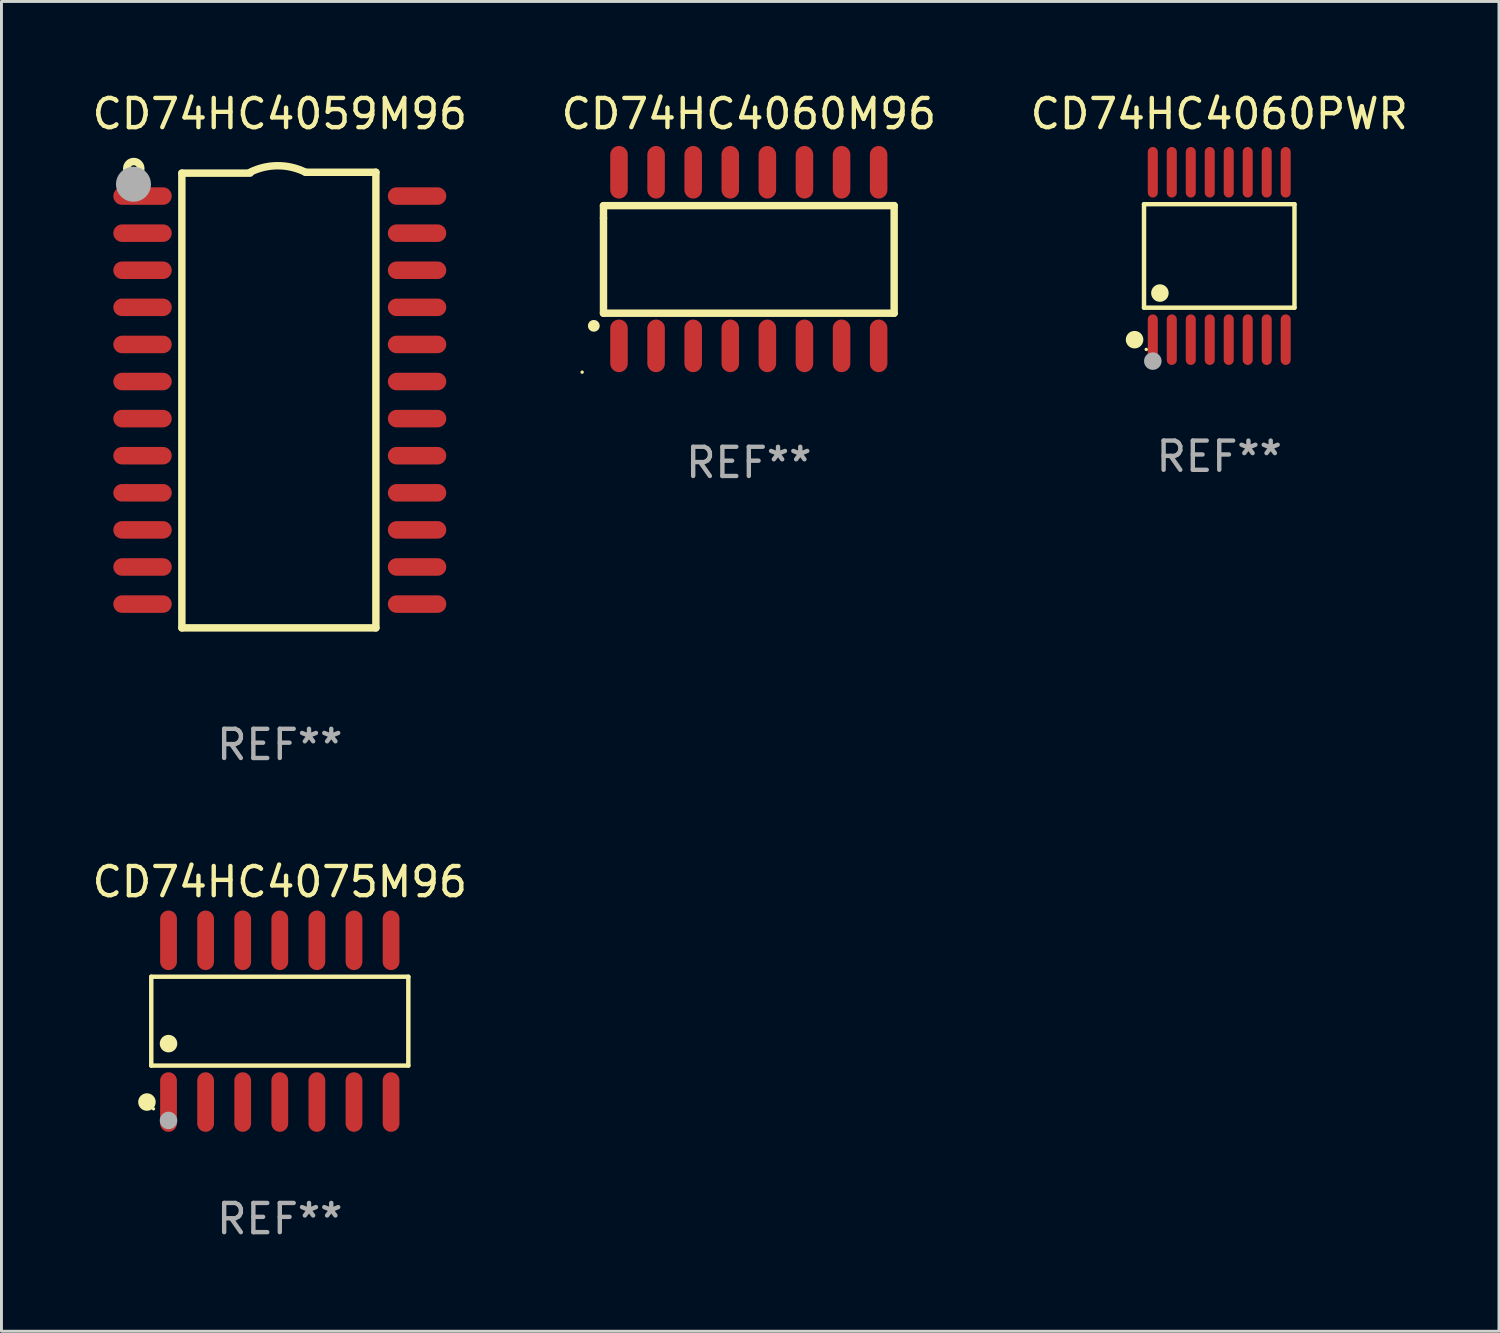
<source format=kicad_pcb>
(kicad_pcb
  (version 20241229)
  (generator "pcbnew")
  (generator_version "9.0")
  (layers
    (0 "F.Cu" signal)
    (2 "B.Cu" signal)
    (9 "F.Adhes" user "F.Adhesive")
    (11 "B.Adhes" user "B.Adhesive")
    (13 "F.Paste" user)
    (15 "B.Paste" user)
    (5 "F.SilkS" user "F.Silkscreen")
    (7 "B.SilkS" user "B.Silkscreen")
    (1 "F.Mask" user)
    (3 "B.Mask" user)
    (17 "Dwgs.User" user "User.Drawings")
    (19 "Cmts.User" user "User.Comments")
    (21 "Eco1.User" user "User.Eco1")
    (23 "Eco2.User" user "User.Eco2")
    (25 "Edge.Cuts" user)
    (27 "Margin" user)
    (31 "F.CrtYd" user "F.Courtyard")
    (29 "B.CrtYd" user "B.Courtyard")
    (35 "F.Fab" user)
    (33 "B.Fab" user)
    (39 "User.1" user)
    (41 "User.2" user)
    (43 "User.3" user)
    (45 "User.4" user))
  (footprint "CD74HC4059M96"
    (layer "F.Cu")
    (at 6.53 10.648)
    (property "Reference" "CD74HC4059M96" (at 0 -9.8 0) (layer "F.SilkS") (effects (font (size 1 1) (thickness 0.15))))
    (attr through_hole)
    (fp_line (start -3.353 -7.77) (end -1.016 -7.77) (stroke (width 0.254) (type solid)) (layer "F.SilkS"))
    (fp_line (start -3.353 7.8) (end -3.353 -7.77) (stroke (width 0.254) (type solid)) (layer "F.SilkS"))
    (fp_line (start 0.881 -7.8) (end 3.29 -7.8) (stroke (width 0.254) (type solid)) (layer "F.SilkS"))
    (fp_line (start 3.29 -7.8) (end 3.29 7.8) (stroke (width 0.254) (type solid)) (layer "F.SilkS"))
    (fp_line (start 3.29 7.8) (end -3.353 7.8) (stroke (width 0.254) (type solid)) (layer "F.SilkS"))
    (fp_arc (start -1.015951 -7.800025) (mid -0.067691 -8.023879) (end 0.880569 -7.800025) (stroke (width 0.254001) (type solid)) (layer "F.SilkS"))
    (fp_circle (center -5 -7.927) (end -4.886 -7.927) (stroke (width 0.254) (type solid)) (fill no) (layer "F.SilkS"))
    (fp_circle (center -5.01 -7.39) (end -4.71 -7.39) (stroke (width 0.6) (type solid)) (fill no) (layer "F.Fab"))
    (fp_text user "REF**" (at 0 11.8 0) (layer "F.Fab") (effects (font (size 1 1) (thickness 0.15))))
    (pad "1" smd oval (at -4.7 -6.985 270) (size 0.6 2) (layers "F.Cu" "F.Mask" "F.Paste"))
    (pad "2" smd oval (at -4.7 -5.715 270) (size 0.6 2) (layers "F.Cu" "F.Mask" "F.Paste"))
    (pad "3" smd oval (at -4.7 -4.445 270) (size 0.6 2) (layers "F.Cu" "F.Mask" "F.Paste"))
    (pad "4" smd oval (at -4.7 -3.175 270) (size 0.6 2) (layers "F.Cu" "F.Mask" "F.Paste"))
    (pad "5" smd oval (at -4.7 -1.905 270) (size 0.6 2) (layers "F.Cu" "F.Mask" "F.Paste"))
    (pad "6" smd oval (at -4.7 -0.635 270) (size 0.6 2) (layers "F.Cu" "F.Mask" "F.Paste"))
    (pad "7" smd oval (at -4.7 0.635 270) (size 0.6 2) (layers "F.Cu" "F.Mask" "F.Paste"))
    (pad "8" smd oval (at -4.7 1.905 270) (size 0.6 2) (layers "F.Cu" "F.Mask" "F.Paste"))
    (pad "9" smd oval (at -4.7 3.175 270) (size 0.6 2) (layers "F.Cu" "F.Mask" "F.Paste"))
    (pad "10" smd oval (at -4.7 4.445 270) (size 0.6 2) (layers "F.Cu" "F.Mask" "F.Paste"))
    (pad "11" smd oval (at -4.7 5.715 270) (size 0.6 2) (layers "F.Cu" "F.Mask" "F.Paste"))
    (pad "12" smd oval (at -4.7 6.985 270) (size 0.6 2) (layers "F.Cu" "F.Mask" "F.Paste"))
    (pad "13" smd oval (at 4.7 6.985 270) (size 0.6 2) (layers "F.Cu" "F.Mask" "F.Paste"))
    (pad "14" smd oval (at 4.7 5.715 270) (size 0.6 2) (layers "F.Cu" "F.Mask" "F.Paste"))
    (pad "15" smd oval (at 4.7 4.445 270) (size 0.6 2) (layers "F.Cu" "F.Mask" "F.Paste"))
    (pad "16" smd oval (at 4.7 3.175 270) (size 0.6 2) (layers "F.Cu" "F.Mask" "F.Paste"))
    (pad "17" smd oval (at 4.7 1.905 270) (size 0.6 2) (layers "F.Cu" "F.Mask" "F.Paste"))
    (pad "18" smd oval (at 4.7 0.635 270) (size 0.6 2) (layers "F.Cu" "F.Mask" "F.Paste"))
    (pad "19" smd oval (at 4.7 -0.635 270) (size 0.6 2) (layers "F.Cu" "F.Mask" "F.Paste"))
    (pad "20" smd oval (at 4.7 -1.905 270) (size 0.6 2) (layers "F.Cu" "F.Mask" "F.Paste"))
    (pad "21" smd oval (at 4.7 -3.175 270) (size 0.6 2) (layers "F.Cu" "F.Mask" "F.Paste"))
    (pad "22" smd oval (at 4.7 -4.445 270) (size 0.6 2) (layers "F.Cu" "F.Mask" "F.Paste"))
    (pad "23" smd oval (at 4.7 -5.715 270) (size 0.6 2) (layers "F.Cu" "F.Mask" "F.Paste"))
    (pad "24" smd oval (at 4.7 -6.985 270) (size 0.6 2) (layers "F.Cu" "F.Mask" "F.Paste")))
  (footprint "CD74HC4060M96"
    (layer "F.Cu")
    (at 22.589 5.82)
    (property "Reference" "CD74HC4060M96" (at 0 -4.972 0) (layer "F.SilkS") (effects (font (size 1 1) (thickness 0.15))))
    (attr through_hole)
    (fp_line (start -4.976 -1.829) (end -4.976 -1.4) (stroke (width 0.254) (type solid)) (layer "F.SilkS"))
    (fp_line (start -4.976 -1.4) (end -4.976 1.854) (stroke (width 0.254) (type solid)) (layer "F.SilkS"))
    (fp_line (start -4.976 1.854) (end 4.976 1.854) (stroke (width 0.254) (type solid)) (layer "F.SilkS"))
    (fp_line (start 4.976 -1.829) (end -4.976 -1.829) (stroke (width 0.254) (type solid)) (layer "F.SilkS"))
    (fp_line (start 4.976 1.854) (end 4.976 -1.829) (stroke (width 0.254) (type solid)) (layer "F.SilkS"))
    (fp_arc (start -5.308611 2.286005) (mid -5.307341 2.286001) (end -5.306071 2.286005) (stroke (width 0.4) (type solid)) (layer "F.SilkS"))
    (fp_circle (center -5.707 3.872) (end -5.677 3.872) (stroke (width 0.06) (type solid)) (fill no) (layer "F.SilkS"))
    (fp_text user "REF**" (at 0 6.972 0) (layer "F.Fab") (effects (font (size 1 1) (thickness 0.15))))
    (pad "1" smd oval (at -4.445 2.972 180) (size 0.6 1.8) (layers "F.Cu" "F.Mask" "F.Paste"))
    (pad "2" smd oval (at -3.175 2.972 180) (size 0.6 1.8) (layers "F.Cu" "F.Mask" "F.Paste"))
    (pad "3" smd oval (at -1.905 2.972 180) (size 0.6 1.8) (layers "F.Cu" "F.Mask" "F.Paste"))
    (pad "4" smd oval (at -0.635 2.972 180) (size 0.6 1.8) (layers "F.Cu" "F.Mask" "F.Paste"))
    (pad "5" smd oval (at 0.635 2.972 180) (size 0.6 1.8) (layers "F.Cu" "F.Mask" "F.Paste"))
    (pad "6" smd oval (at 1.905 2.972 180) (size 0.6 1.8) (layers "F.Cu" "F.Mask" "F.Paste"))
    (pad "7" smd oval (at 3.175 2.972 180) (size 0.6 1.8) (layers "F.Cu" "F.Mask" "F.Paste"))
    (pad "8" smd oval (at 4.445 2.972 180) (size 0.6 1.8) (layers "F.Cu" "F.Mask" "F.Paste"))
    (pad "9" smd oval (at 4.445 -2.972 180) (size 0.6 1.8) (layers "F.Cu" "F.Mask" "F.Paste"))
    (pad "10" smd oval (at 3.175 -2.972 180) (size 0.6 1.8) (layers "F.Cu" "F.Mask" "F.Paste"))
    (pad "11" smd oval (at 1.905 -2.972 180) (size 0.6 1.8) (layers "F.Cu" "F.Mask" "F.Paste"))
    (pad "12" smd oval (at 0.635 -2.972 180) (size 0.6 1.8) (layers "F.Cu" "F.Mask" "F.Paste"))
    (pad "13" smd oval (at -0.635 -2.972 180) (size 0.6 1.8) (layers "F.Cu" "F.Mask" "F.Paste"))
    (pad "14" smd oval (at -1.905 -2.972 180) (size 0.6 1.8) (layers "F.Cu" "F.Mask" "F.Paste"))
    (pad "15" smd oval (at -3.175 -2.972 180) (size 0.6 1.8) (layers "F.Cu" "F.Mask" "F.Paste"))
    (pad "16" smd oval (at -4.445 -2.972 180) (size 0.6 1.8) (layers "F.Cu" "F.Mask" "F.Paste")))
  (footprint "CD74HC4060PWR"
    (layer "F.Cu")
    (at 38.696 5.714)
    (property "Reference" "CD74HC4060PWR" (at 0 -4.866 0) (layer "F.SilkS") (effects (font (size 1 1) (thickness 0.15))))
    (attr through_hole)
    (fp_line (start -2.576 -1.772) (end 2.576 -1.772) (stroke (width 0.152) (type solid)) (layer "F.SilkS"))
    (fp_line (start -2.576 1.771) (end -2.576 -1.772) (stroke (width 0.152) (type solid)) (layer "F.SilkS"))
    (fp_line (start 2.576 -1.772) (end 2.576 1.771) (stroke (width 0.152) (type solid)) (layer "F.SilkS"))
    (fp_line (start 2.576 1.771) (end -2.576 1.771) (stroke (width 0.152) (type solid)) (layer "F.SilkS"))
    (fp_circle (center -2.899 2.866) (end -2.749 2.866) (stroke (width 0.3) (type solid)) (fill no) (layer "F.SilkS"))
    (fp_circle (center -2.5 3.2) (end -2.47 3.2) (stroke (width 0.06) (type solid)) (fill no) (layer "F.SilkS"))
    (fp_circle (center -2.032 1.27) (end -1.882 1.27) (stroke (width 0.3) (type solid)) (fill no) (layer "F.SilkS"))
    (fp_circle (center -2.275 3.6) (end -2.125 3.6) (stroke (width 0.3) (type solid)) (fill no) (layer "F.Fab"))
    (fp_text user "REF**" (at 0 6.866 0) (layer "F.Fab") (effects (font (size 1 1) (thickness 0.15))))
    (pad "1" smd oval (at -2.275 2.866) (size 0.343 1.731) (layers "F.Cu" "F.Mask" "F.Paste"))
    (pad "2" smd oval (at -1.625 2.866) (size 0.343 1.731) (layers "F.Cu" "F.Mask" "F.Paste"))
    (pad "3" smd oval (at -0.975 2.866) (size 0.343 1.731) (layers "F.Cu" "F.Mask" "F.Paste"))
    (pad "4" smd oval (at -0.325 2.866) (size 0.343 1.731) (layers "F.Cu" "F.Mask" "F.Paste"))
    (pad "5" smd oval (at 0.325 2.866) (size 0.343 1.731) (layers "F.Cu" "F.Mask" "F.Paste"))
    (pad "6" smd oval (at 0.975 2.866) (size 0.343 1.731) (layers "F.Cu" "F.Mask" "F.Paste"))
    (pad "7" smd oval (at 1.625 2.866) (size 0.343 1.731) (layers "F.Cu" "F.Mask" "F.Paste"))
    (pad "8" smd oval (at 2.275 2.866) (size 0.343 1.731) (layers "F.Cu" "F.Mask" "F.Paste"))
    (pad "9" smd oval (at 2.275 -2.866) (size 0.343 1.731) (layers "F.Cu" "F.Mask" "F.Paste"))
    (pad "10" smd oval (at 1.625 -2.866) (size 0.343 1.731) (layers "F.Cu" "F.Mask" "F.Paste"))
    (pad "11" smd oval (at 0.975 -2.866) (size 0.343 1.731) (layers "F.Cu" "F.Mask" "F.Paste"))
    (pad "12" smd oval (at 0.325 -2.866) (size 0.343 1.731) (layers "F.Cu" "F.Mask" "F.Paste"))
    (pad "13" smd oval (at -0.325 -2.866) (size 0.343 1.731) (layers "F.Cu" "F.Mask" "F.Paste"))
    (pad "14" smd oval (at -0.975 -2.866) (size 0.343 1.731) (layers "F.Cu" "F.Mask" "F.Paste"))
    (pad "15" smd oval (at -1.625 -2.866) (size 0.343 1.731) (layers "F.Cu" "F.Mask" "F.Paste"))
    (pad "16" smd oval (at -2.275 -2.866) (size 0.343 1.731) (layers "F.Cu" "F.Mask" "F.Paste")))
  (footprint "CD74HC4075M96"
    (layer "F.Cu")
    (at 6.53 31.914)
    (property "Reference" "CD74HC4075M96" (at 0 -4.769 0) (layer "F.SilkS") (effects (font (size 1 1) (thickness 0.15))))
    (attr through_hole)
    (fp_line (start -4.401 -1.521) (end 4.401 -1.521) (stroke (width 0.152) (type solid)) (layer "F.SilkS"))
    (fp_line (start -4.401 1.521) (end -4.401 -1.521) (stroke (width 0.152) (type solid)) (layer "F.SilkS"))
    (fp_line (start 4.401 -1.521) (end 4.401 1.521) (stroke (width 0.152) (type solid)) (layer "F.SilkS"))
    (fp_line (start 4.401 1.521) (end -4.401 1.521) (stroke (width 0.152) (type solid)) (layer "F.SilkS"))
    (fp_circle (center -4.549 2.769) (end -4.399 2.769) (stroke (width 0.3) (type solid)) (fill no) (layer "F.SilkS"))
    (fp_circle (center -4.325 3) (end -4.295 3) (stroke (width 0.06) (type solid)) (fill no) (layer "F.SilkS"))
    (fp_circle (center -3.81 0.769) (end -3.66 0.769) (stroke (width 0.3) (type solid)) (fill no) (layer "F.SilkS"))
    (fp_circle (center -3.81 3.4) (end -3.66 3.4) (stroke (width 0.3) (type solid)) (fill no) (layer "F.Fab"))
    (fp_text user "REF**" (at 0 6.769 0) (layer "F.Fab") (effects (font (size 1 1) (thickness 0.15))))
    (pad "1" smd oval (at -3.81 2.769) (size 0.574 2.038) (layers "F.Cu" "F.Mask" "F.Paste"))
    (pad "2" smd oval (at -2.54 2.769) (size 0.574 2.038) (layers "F.Cu" "F.Mask" "F.Paste"))
    (pad "3" smd oval (at -1.27 2.769) (size 0.574 2.038) (layers "F.Cu" "F.Mask" "F.Paste"))
    (pad "4" smd oval (at 0 2.769) (size 0.574 2.038) (layers "F.Cu" "F.Mask" "F.Paste"))
    (pad "5" smd oval (at 1.27 2.769) (size 0.574 2.038) (layers "F.Cu" "F.Mask" "F.Paste"))
    (pad "6" smd oval (at 2.54 2.769) (size 0.574 2.038) (layers "F.Cu" "F.Mask" "F.Paste"))
    (pad "7" smd oval (at 3.81 2.769) (size 0.574 2.038) (layers "F.Cu" "F.Mask" "F.Paste"))
    (pad "8" smd oval (at 3.81 -2.769) (size 0.574 2.038) (layers "F.Cu" "F.Mask" "F.Paste"))
    (pad "9" smd oval (at 2.54 -2.769) (size 0.574 2.038) (layers "F.Cu" "F.Mask" "F.Paste"))
    (pad "10" smd oval (at 1.27 -2.769) (size 0.574 2.038) (layers "F.Cu" "F.Mask" "F.Paste"))
    (pad "11" smd oval (at 0 -2.769) (size 0.574 2.038) (layers "F.Cu" "F.Mask" "F.Paste"))
    (pad "12" smd oval (at -1.27 -2.769) (size 0.574 2.038) (layers "F.Cu" "F.Mask" "F.Paste"))
    (pad "13" smd oval (at -2.54 -2.769) (size 0.574 2.038) (layers "F.Cu" "F.Mask" "F.Paste"))
    (pad "14" smd oval (at -3.81 -2.769) (size 0.574 2.038) (layers "F.Cu" "F.Mask" "F.Paste")))
  (gr_rect
    (start -3 -3)
    (end 48.274 42.531)
    (stroke (width 0.1) (type default))
    (fill no)
    (layer "Edge.Cuts")))
</source>
